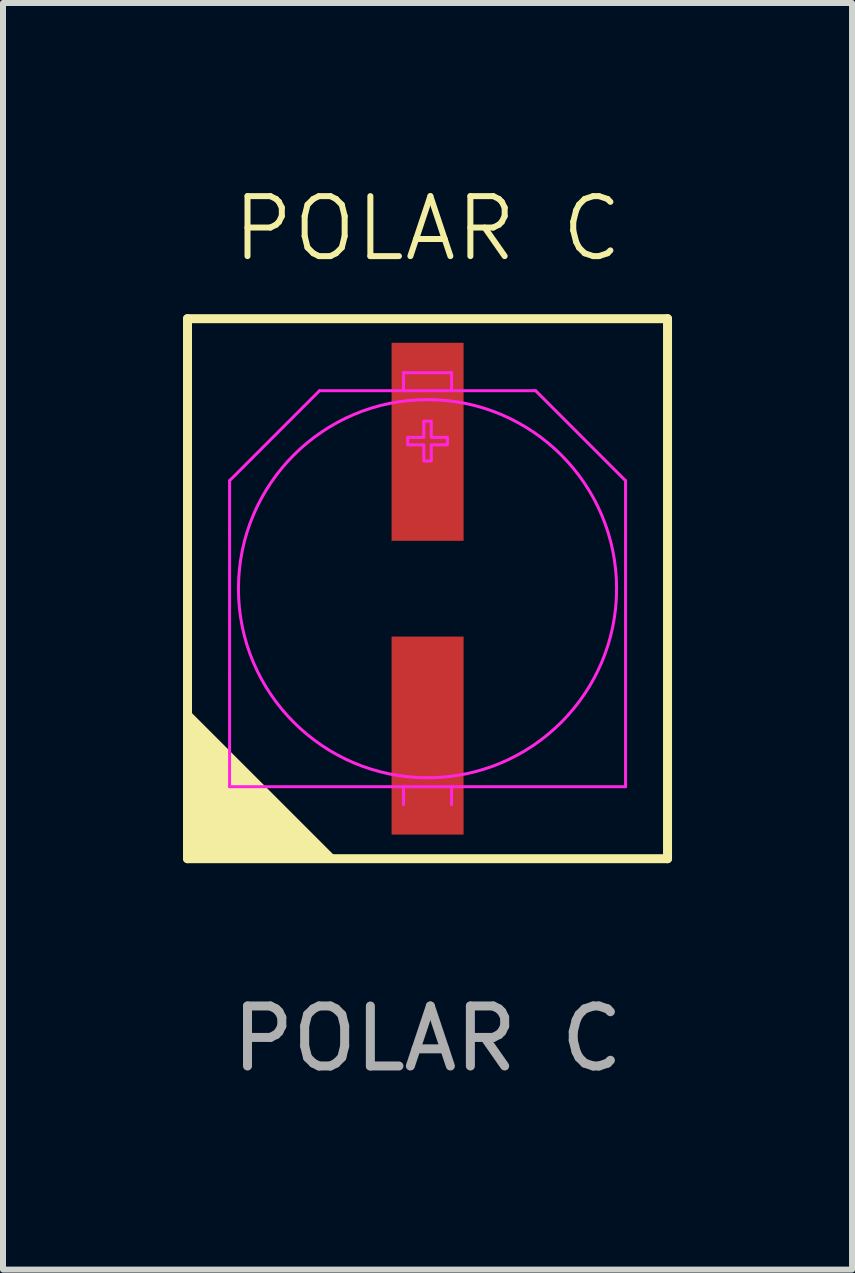
<source format=kicad_pcb>
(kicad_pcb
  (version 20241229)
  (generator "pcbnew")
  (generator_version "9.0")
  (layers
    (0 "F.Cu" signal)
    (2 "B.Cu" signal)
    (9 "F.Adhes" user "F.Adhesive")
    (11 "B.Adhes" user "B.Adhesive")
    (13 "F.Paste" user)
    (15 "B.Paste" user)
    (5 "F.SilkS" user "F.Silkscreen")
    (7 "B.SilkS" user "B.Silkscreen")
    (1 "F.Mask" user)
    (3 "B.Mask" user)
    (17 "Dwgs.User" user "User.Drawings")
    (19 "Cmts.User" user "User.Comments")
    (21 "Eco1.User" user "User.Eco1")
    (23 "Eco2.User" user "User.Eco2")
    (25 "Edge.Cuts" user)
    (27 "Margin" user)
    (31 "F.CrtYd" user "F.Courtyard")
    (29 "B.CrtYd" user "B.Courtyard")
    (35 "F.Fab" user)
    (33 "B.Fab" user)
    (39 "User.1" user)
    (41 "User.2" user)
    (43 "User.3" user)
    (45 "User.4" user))
  (footprint "POLAR C"
    (layer "F.Cu")
    (at 4.075 6.761)
    (property "Reference" "POLAR C" (at 0 -6 0) (unlocked yes) (layer "F.SilkS") (effects (font (size 1 1) (thickness 0.1))))
    (fp_line (start -4 4.5) (end -4 -4.5) (stroke (width 0.15) (type solid)) (layer "F.SilkS"))
    (fp_line (start -4 4.5) (end 4 4.5) (stroke (width 0.15) (type solid)) (layer "F.SilkS"))
    (fp_line (start 4 -4.5) (end -4 -4.5) (stroke (width 0.15) (type solid)) (layer "F.SilkS"))
    (fp_line (start 4 -4.5) (end 4 4.5) (stroke (width 0.15) (type solid)) (layer "F.SilkS"))
    (fp_poly (pts (xy -4 4.5) (xy -1.5 4.5) (xy -4 2)) (stroke (width 0) (type default)) (fill yes) (layer "F.SilkS"))
    (fp_line (start -3.299 -1.8) (end -1.8 -3.3) (stroke (width 0.05) (type solid)) (layer "F.CrtYd"))
    (fp_line (start -3.299 -1) (end -3.299 -1.8) (stroke (width 0.05) (type solid)) (layer "F.CrtYd"))
    (fp_line (start -3.299 1.5) (end -3.299 -1) (stroke (width 0.05) (type solid)) (layer "F.CrtYd"))
    (fp_line (start -3.299 3.3) (end -3.299 1.5) (stroke (width 0.05) (type solid)) (layer "F.CrtYd"))
    (fp_line (start -3.299 3.3) (end 3.3 3.3) (stroke (width 0.05) (type solid)) (layer "F.CrtYd"))
    (fp_line (start -1.8 -3.3) (end 1.801 -3.3) (stroke (width 0.05) (type solid)) (layer "F.CrtYd"))
    (fp_line (start -0.4 -3.6) (end 0.401 -3.6) (stroke (width 0.05) (type solid)) (layer "F.CrtYd"))
    (fp_line (start -0.4 -3.3) (end -0.4 -3.6) (stroke (width 0.05) (type solid)) (layer "F.CrtYd"))
    (fp_line (start -0.4 3.6) (end -0.4 3.3) (stroke (width 0.05) (type solid)) (layer "F.CrtYd"))
    (fp_line (start 0.401 -3.3) (end 0.401 -3.6) (stroke (width 0.05) (type solid)) (layer "F.CrtYd"))
    (fp_line (start 0.401 3.6) (end 0.401 3.3) (stroke (width 0.05) (type solid)) (layer "F.CrtYd"))
    (fp_line (start 1.801 -3.3) (end 3.3 -1.8) (stroke (width 0.05) (type solid)) (layer "F.CrtYd"))
    (fp_line (start 3.3 -1) (end 3.3 -1.8) (stroke (width 0.05) (type solid)) (layer "F.CrtYd"))
    (fp_line (start 3.3 1.5) (end 3.3 -1) (stroke (width 0.05) (type solid)) (layer "F.CrtYd"))
    (fp_line (start 3.3 3.3) (end 3.3 1.5) (stroke (width 0.05) (type solid)) (layer "F.CrtYd"))
    (fp_circle (center 0 0) (end 0 -3.151) (stroke (width 0.05) (type solid)) (fill no) (layer "F.CrtYd"))
    (fp_poly (pts (xy 0.06 -2.792) (xy 0.062 -2.791) (xy 0.063 -2.789) (xy 0.063 -2.787) (xy 0.063 -2.522) (xy 0.327 -2.522) (xy 0.329 -2.522) (xy 0.331 -2.521) (xy 0.332 -2.519) (xy 0.332 -2.517) (xy 0.332 -2.402) (xy 0.332 -2.4) (xy 0.331 -2.398) (xy 0.329 -2.397) (xy 0.327 -2.397) (xy 0.063 -2.397) (xy 0.063 -2.133) (xy 0.063 -2.131) (xy 0.062 -2.129) (xy 0.06 -2.128) (xy 0.058 -2.128) (xy -0.057 -2.128) (xy -0.059 -2.128) (xy -0.061 -2.129) (xy -0.062 -2.131) (xy -0.062 -2.133) (xy -0.062 -2.397) (xy -0.326 -2.397) (xy -0.328 -2.397) (xy -0.33 -2.398) (xy -0.331 -2.4) (xy -0.331 -2.402) (xy -0.331 -2.517) (xy -0.331 -2.519) (xy -0.33 -2.521) (xy -0.328 -2.522) (xy -0.326 -2.522) (xy -0.062 -2.522) (xy -0.062 -2.787) (xy -0.062 -2.789) (xy -0.061 -2.791) (xy -0.059 -2.792) (xy -0.057 -2.792) (xy 0.058 -2.792)) (stroke (width 0.05) (type default)) (fill no) (layer "F.CrtYd"))
    (fp_poly (pts (xy 2.17 1.995) (xy 2.171 1.995) (xy 2.171 1.995) (xy 2.171 1.995) (xy 2.172 1.996) (xy 2.172 1.996) (xy 2.174 1.998) (xy 2.175 1.998) (xy 2.175 1.999) (xy 2.175 1.999) (xy 2.175 1.999) (xy 2.175 2) (xy 2.176 2.001) (xy 2.176 2.001) (xy 2.176 2.001) (xy 2.176 2.002) (xy 2.175 2.003) (xy 2.175 2.003) (xy 2.175 2.003) (xy 2.175 2.004) (xy 2.174 2.005) (xy 2.097 2.096) (xy 2.096 2.096) (xy 2.096 2.097) (xy 1.743 2.398) (xy 1.742 2.398) (xy 1.742 2.399) (xy 1.346 2.641) (xy 1.346 2.641) (xy 1.346 2.642) (xy 0.916 2.819) (xy 0.916 2.819) (xy 0.916 2.82) (xy 0.464 2.928) (xy 0.464 2.928) (xy 0.463 2.928) (xy 0.0004 2.965) (xy 0.0002 2.965) (xy 0 2.965) (xy -0.001 2.964) (xy -0.002 2.964) (xy -0.002 2.964) (xy -0.002 2.964) (xy -0.002 2.964) (xy -0.463 2.928) (xy -0.464 2.928) (xy -0.464 2.928) (xy -0.916 2.819) (xy -0.916 2.819) (xy -0.916 2.819) (xy -1.345 2.641) (xy -1.346 2.641) (xy -1.346 2.641) (xy -1.742 2.398) (xy -1.742 2.398) (xy -1.743 2.398) (xy -2.096 2.096) (xy -2.096 2.096) (xy -2.096 2.096) (xy -2.174 2.005) (xy -2.174 2.004) (xy -2.175 2.003) (xy -2.175 2.003) (xy -2.175 2.003) (xy -2.175 2.002) (xy -2.175 2.002) (xy -2.175 2.001) (xy -2.175 2.001) (xy -2.175 2) (xy -2.175 2) (xy -2.174 2) (xy -2.174 1.999) (xy -2.174 1.999) (xy -2.173 1.998) (xy -2.172 1.997) (xy -2.171 1.996) (xy -2.17 1.996) (xy -2.17 1.996) (xy -2.17 1.995) (xy -2.169 1.995) (xy -2.168 1.995) (xy 2.169 1.995)) (stroke (width 0.1) (type default)) (fill no) (layer "User.3"))
    (fp_text user "${REFERENCE}" (at 0 7.5 0) (unlocked yes) (layer "F.Fab") (effects (font (size 1 1) (thickness 0.15))))
    (pad "1" smd rect (at 0.001 2.448) (size 1.2 3.3) (layers "F.Cu" "F.Mask" "F.Paste"))
    (pad "2" smd rect (at 0.001 -2.448) (size 1.2 3.3) (layers "F.Cu" "F.Mask" "F.Paste")))
  (gr_rect
    (start -3 -3)
    (end 11.15 18.109)
    (stroke (width 0.1) (type default))
    (fill no)
    (layer "Edge.Cuts")))
</source>
